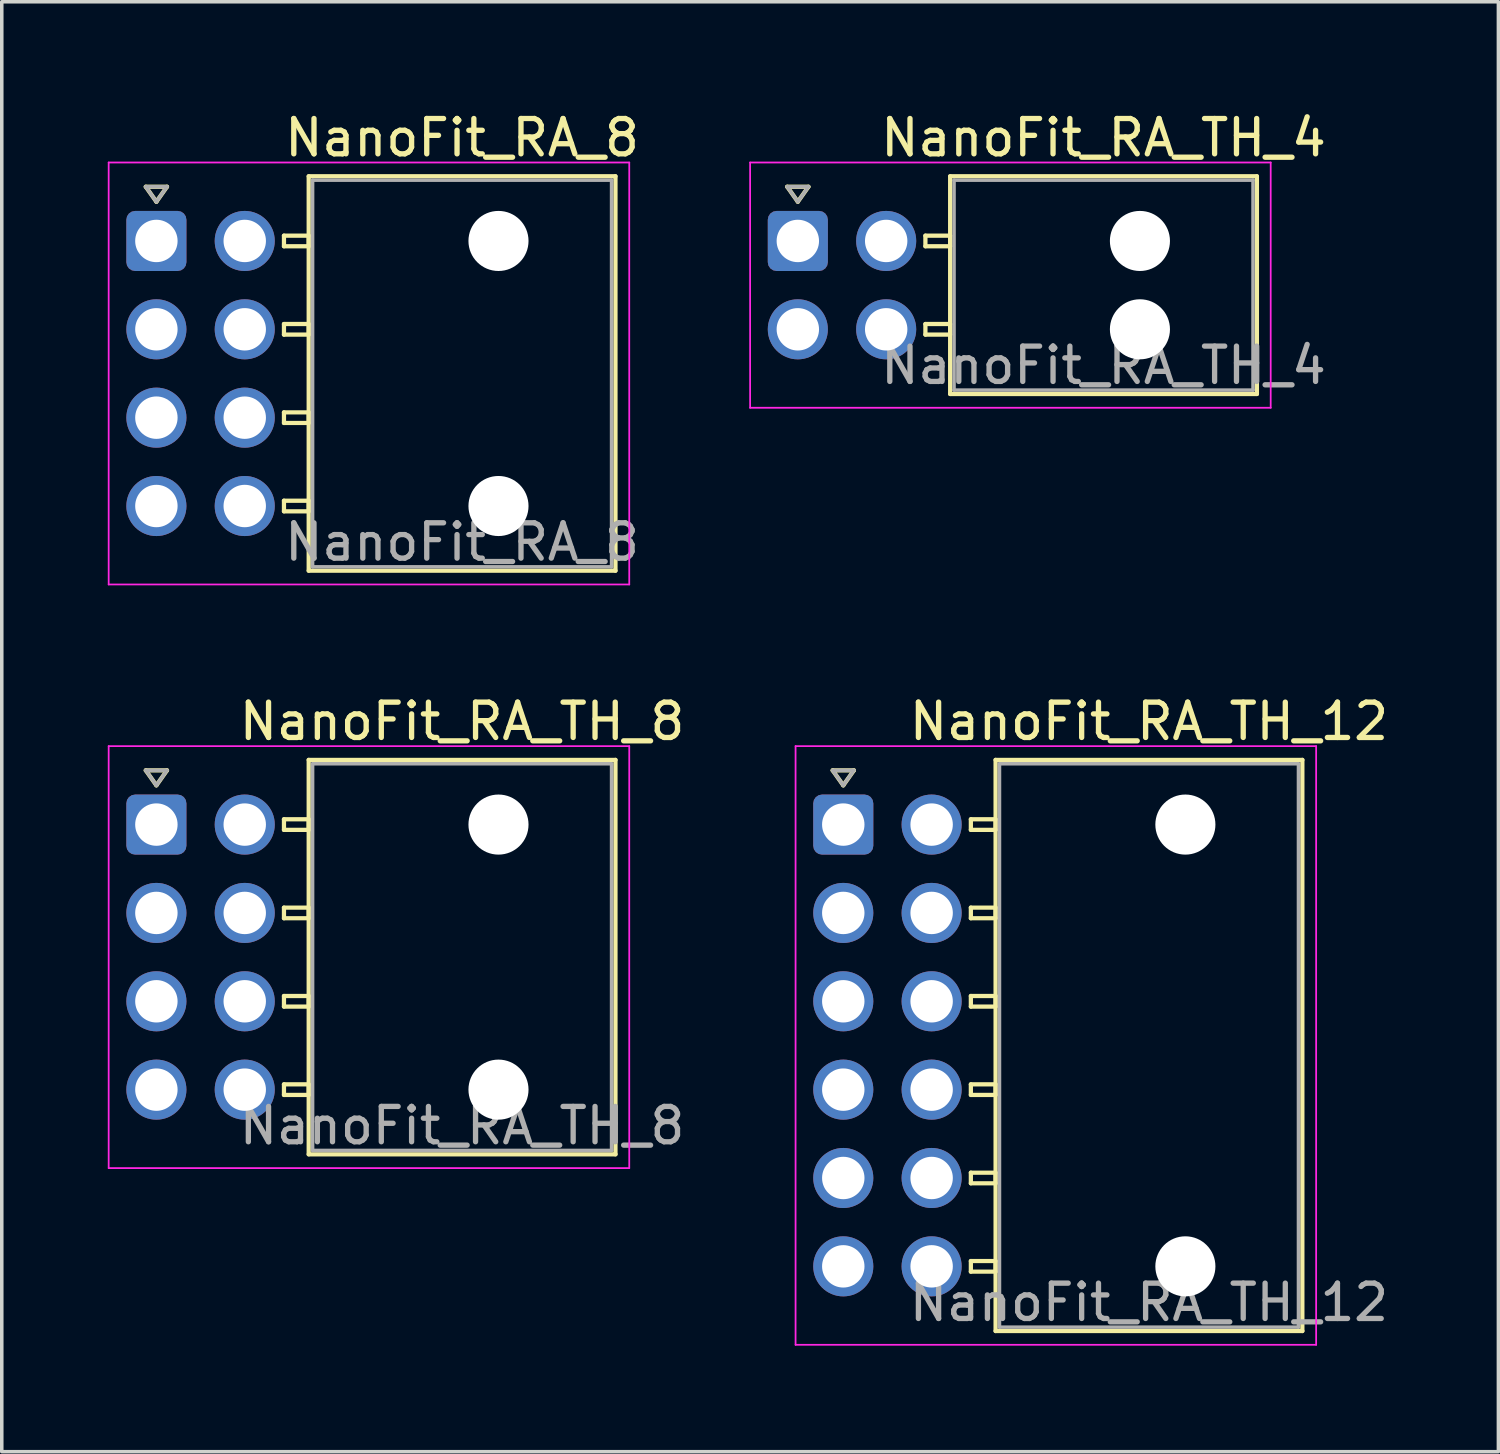
<source format=kicad_pcb>
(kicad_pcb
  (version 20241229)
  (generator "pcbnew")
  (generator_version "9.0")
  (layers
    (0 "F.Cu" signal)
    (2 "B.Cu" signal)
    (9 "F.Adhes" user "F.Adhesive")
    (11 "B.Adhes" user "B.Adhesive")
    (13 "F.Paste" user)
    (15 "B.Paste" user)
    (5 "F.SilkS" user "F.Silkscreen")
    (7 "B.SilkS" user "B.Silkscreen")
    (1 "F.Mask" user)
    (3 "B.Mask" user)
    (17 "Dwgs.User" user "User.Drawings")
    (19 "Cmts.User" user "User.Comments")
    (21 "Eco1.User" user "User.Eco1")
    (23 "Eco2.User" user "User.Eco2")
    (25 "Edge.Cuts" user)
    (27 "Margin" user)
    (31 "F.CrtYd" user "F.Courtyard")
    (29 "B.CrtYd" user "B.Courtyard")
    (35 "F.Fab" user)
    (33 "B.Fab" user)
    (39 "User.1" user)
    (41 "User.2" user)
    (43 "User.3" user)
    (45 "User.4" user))
  (footprint "NanoFit_RA_TH_8"
    (layer "F.Cu")
    (at 1.375 20.282)
    (property "Reference" "NanoFit_RA_TH_8" (at 8.65 -2.92 0) (layer "F.SilkS") (effects (font (size 1 1) (thickness 0.15))))
    (attr through_hole)
    (fp_line (start -0.3 -1.534) (end 0 -1.11) (stroke (width 0.12) (type solid)) (layer "F.SilkS"))
    (fp_line (start 0 -1.11) (end 0.3 -1.534) (stroke (width 0.12) (type solid)) (layer "F.SilkS"))
    (fp_line (start 0.3 -1.534) (end -0.3 -1.534) (stroke (width 0.12) (type solid)) (layer "F.SilkS"))
    (fp_line (start 3.61 -0.15) (end 3.61 0.15) (stroke (width 0.12) (type solid)) (layer "F.SilkS"))
    (fp_line (start 3.61 0.15) (end 4.31 0.15) (stroke (width 0.12) (type solid)) (layer "F.SilkS"))
    (fp_line (start 3.61 2.35) (end 3.61 2.65) (stroke (width 0.12) (type solid)) (layer "F.SilkS"))
    (fp_line (start 3.61 2.65) (end 4.31 2.65) (stroke (width 0.12) (type solid)) (layer "F.SilkS"))
    (fp_line (start 3.61 4.85) (end 3.61 5.15) (stroke (width 0.12) (type solid)) (layer "F.SilkS"))
    (fp_line (start 3.61 5.15) (end 4.31 5.15) (stroke (width 0.12) (type solid)) (layer "F.SilkS"))
    (fp_line (start 3.61 7.35) (end 3.61 7.65) (stroke (width 0.12) (type solid)) (layer "F.SilkS"))
    (fp_line (start 3.61 7.65) (end 4.31 7.65) (stroke (width 0.12) (type solid)) (layer "F.SilkS"))
    (fp_line (start 4.31 -1.83) (end 4.31 9.33) (stroke (width 0.12) (type solid)) (layer "F.SilkS"))
    (fp_line (start 4.31 -0.15) (end 3.61 -0.15) (stroke (width 0.12) (type solid)) (layer "F.SilkS"))
    (fp_line (start 4.31 0.15) (end 4.31 -0.15) (stroke (width 0.12) (type solid)) (layer "F.SilkS"))
    (fp_line (start 4.31 2.35) (end 3.61 2.35) (stroke (width 0.12) (type solid)) (layer "F.SilkS"))
    (fp_line (start 4.31 2.65) (end 4.31 2.35) (stroke (width 0.12) (type solid)) (layer "F.SilkS"))
    (fp_line (start 4.31 4.85) (end 3.61 4.85) (stroke (width 0.12) (type solid)) (layer "F.SilkS"))
    (fp_line (start 4.31 5.15) (end 4.31 4.85) (stroke (width 0.12) (type solid)) (layer "F.SilkS"))
    (fp_line (start 4.31 7.35) (end 3.61 7.35) (stroke (width 0.12) (type solid)) (layer "F.SilkS"))
    (fp_line (start 4.31 7.65) (end 4.31 7.35) (stroke (width 0.12) (type solid)) (layer "F.SilkS"))
    (fp_line (start 4.31 9.33) (end 12.99 9.33) (stroke (width 0.12) (type solid)) (layer "F.SilkS"))
    (fp_line (start 12.99 -1.83) (end 4.31 -1.83) (stroke (width 0.12) (type solid)) (layer "F.SilkS"))
    (fp_line (start 12.99 9.33) (end 12.99 -1.83) (stroke (width 0.12) (type solid)) (layer "F.SilkS"))
    (fp_line (start -1.35 -2.22) (end -1.35 9.72) (stroke (width 0.05) (type solid)) (layer "F.CrtYd"))
    (fp_line (start -1.35 9.72) (end 13.38 9.72) (stroke (width 0.05) (type solid)) (layer "F.CrtYd"))
    (fp_line (start 13.38 -2.22) (end -1.35 -2.22) (stroke (width 0.05) (type solid)) (layer "F.CrtYd"))
    (fp_line (start 13.38 9.72) (end 13.38 -2.22) (stroke (width 0.05) (type solid)) (layer "F.CrtYd"))
    (fp_line (start -0.3 -1.534) (end 0 -1.11) (stroke (width 0.1) (type solid)) (layer "F.Fab"))
    (fp_line (start 0 -1.11) (end 0.3 -1.534) (stroke (width 0.1) (type solid)) (layer "F.Fab"))
    (fp_line (start 0.3 -1.534) (end -0.3 -1.534) (stroke (width 0.1) (type solid)) (layer "F.Fab"))
    (fp_line (start 4.42 -1.72) (end 4.42 9.22) (stroke (width 0.1) (type solid)) (layer "F.Fab"))
    (fp_line (start 4.42 9.22) (end 12.88 9.22) (stroke (width 0.1) (type solid)) (layer "F.Fab"))
    (fp_line (start 12.88 -1.72) (end 4.42 -1.72) (stroke (width 0.1) (type solid)) (layer "F.Fab"))
    (fp_line (start 12.88 9.22) (end 12.88 -1.72) (stroke (width 0.1) (type solid)) (layer "F.Fab"))
    (fp_text user "${REFERENCE}" (at 8.65 8.52 0) (layer "F.Fab") (effects (font (size 1 1) (thickness 0.15))))
    (pad "" np_thru_hole circle (at 9.68 0) (size 1.7 1.7) (drill 1.7) (layers "*.Cu" "*.Mask"))
    (pad "" np_thru_hole circle (at 9.68 7.5) (size 1.7 1.7) (drill 1.7) (layers "*.Cu" "*.Mask"))
    (pad "1" thru_hole roundrect (at 0 0) (size 1.7 1.7) (drill 1.2) (layers "*.Cu" "*.Mask") (roundrect_rratio 0.147))
    (pad "2" thru_hole circle (at 0 2.5) (size 1.7 1.7) (drill 1.2) (layers "*.Cu" "*.Mask"))
    (pad "3" thru_hole circle (at 0 5) (size 1.7 1.7) (drill 1.2) (layers "*.Cu" "*.Mask"))
    (pad "4" thru_hole circle (at 0 7.5) (size 1.7 1.7) (drill 1.2) (layers "*.Cu" "*.Mask"))
    (pad "5" thru_hole circle (at 2.5 0) (size 1.7 1.7) (drill 1.2) (layers "*.Cu" "*.Mask"))
    (pad "6" thru_hole circle (at 2.5 2.5) (size 1.7 1.7) (drill 1.2) (layers "*.Cu" "*.Mask"))
    (pad "7" thru_hole circle (at 2.5 5) (size 1.7 1.7) (drill 1.2) (layers "*.Cu" "*.Mask"))
    (pad "8" thru_hole circle (at 2.5 7.5) (size 1.7 1.7) (drill 1.2) (layers "*.Cu" "*.Mask")))
  (footprint "NanoFit_RA_TH_12"
    (layer "F.Cu")
    (at 20.811 20.282)
    (property "Reference" "NanoFit_RA_TH_12" (at 8.65 -2.92 0) (layer "F.SilkS") (effects (font (size 1 1) (thickness 0.15))))
    (attr through_hole)
    (fp_line (start -0.3 -1.534) (end 0 -1.11) (stroke (width 0.12) (type solid)) (layer "F.SilkS"))
    (fp_line (start 0 -1.11) (end 0.3 -1.534) (stroke (width 0.12) (type solid)) (layer "F.SilkS"))
    (fp_line (start 0.3 -1.534) (end -0.3 -1.534) (stroke (width 0.12) (type solid)) (layer "F.SilkS"))
    (fp_line (start 3.61 -0.15) (end 3.61 0.15) (stroke (width 0.12) (type solid)) (layer "F.SilkS"))
    (fp_line (start 3.61 0.15) (end 4.31 0.15) (stroke (width 0.12) (type solid)) (layer "F.SilkS"))
    (fp_line (start 3.61 2.35) (end 3.61 2.65) (stroke (width 0.12) (type solid)) (layer "F.SilkS"))
    (fp_line (start 3.61 2.65) (end 4.31 2.65) (stroke (width 0.12) (type solid)) (layer "F.SilkS"))
    (fp_line (start 3.61 4.85) (end 3.61 5.15) (stroke (width 0.12) (type solid)) (layer "F.SilkS"))
    (fp_line (start 3.61 5.15) (end 4.31 5.15) (stroke (width 0.12) (type solid)) (layer "F.SilkS"))
    (fp_line (start 3.61 7.35) (end 3.61 7.65) (stroke (width 0.12) (type solid)) (layer "F.SilkS"))
    (fp_line (start 3.61 7.65) (end 4.31 7.65) (stroke (width 0.12) (type solid)) (layer "F.SilkS"))
    (fp_line (start 3.61 9.85) (end 3.61 10.15) (stroke (width 0.12) (type solid)) (layer "F.SilkS"))
    (fp_line (start 3.61 10.15) (end 4.31 10.15) (stroke (width 0.12) (type solid)) (layer "F.SilkS"))
    (fp_line (start 3.61 12.35) (end 3.61 12.65) (stroke (width 0.12) (type solid)) (layer "F.SilkS"))
    (fp_line (start 3.61 12.65) (end 4.31 12.65) (stroke (width 0.12) (type solid)) (layer "F.SilkS"))
    (fp_line (start 4.31 -1.83) (end 4.31 14.33) (stroke (width 0.12) (type solid)) (layer "F.SilkS"))
    (fp_line (start 4.31 -0.15) (end 3.61 -0.15) (stroke (width 0.12) (type solid)) (layer "F.SilkS"))
    (fp_line (start 4.31 0.15) (end 4.31 -0.15) (stroke (width 0.12) (type solid)) (layer "F.SilkS"))
    (fp_line (start 4.31 2.35) (end 3.61 2.35) (stroke (width 0.12) (type solid)) (layer "F.SilkS"))
    (fp_line (start 4.31 2.65) (end 4.31 2.35) (stroke (width 0.12) (type solid)) (layer "F.SilkS"))
    (fp_line (start 4.31 4.85) (end 3.61 4.85) (stroke (width 0.12) (type solid)) (layer "F.SilkS"))
    (fp_line (start 4.31 5.15) (end 4.31 4.85) (stroke (width 0.12) (type solid)) (layer "F.SilkS"))
    (fp_line (start 4.31 7.35) (end 3.61 7.35) (stroke (width 0.12) (type solid)) (layer "F.SilkS"))
    (fp_line (start 4.31 7.65) (end 4.31 7.35) (stroke (width 0.12) (type solid)) (layer "F.SilkS"))
    (fp_line (start 4.31 9.85) (end 3.61 9.85) (stroke (width 0.12) (type solid)) (layer "F.SilkS"))
    (fp_line (start 4.31 10.15) (end 4.31 9.85) (stroke (width 0.12) (type solid)) (layer "F.SilkS"))
    (fp_line (start 4.31 12.35) (end 3.61 12.35) (stroke (width 0.12) (type solid)) (layer "F.SilkS"))
    (fp_line (start 4.31 12.65) (end 4.31 12.35) (stroke (width 0.12) (type solid)) (layer "F.SilkS"))
    (fp_line (start 4.31 14.33) (end 12.99 14.33) (stroke (width 0.12) (type solid)) (layer "F.SilkS"))
    (fp_line (start 12.99 -1.83) (end 4.31 -1.83) (stroke (width 0.12) (type solid)) (layer "F.SilkS"))
    (fp_line (start 12.99 14.33) (end 12.99 -1.83) (stroke (width 0.12) (type solid)) (layer "F.SilkS"))
    (fp_line (start -1.35 -2.22) (end -1.35 14.72) (stroke (width 0.05) (type solid)) (layer "F.CrtYd"))
    (fp_line (start -1.35 14.72) (end 13.38 14.72) (stroke (width 0.05) (type solid)) (layer "F.CrtYd"))
    (fp_line (start 13.38 -2.22) (end -1.35 -2.22) (stroke (width 0.05) (type solid)) (layer "F.CrtYd"))
    (fp_line (start 13.38 14.72) (end 13.38 -2.22) (stroke (width 0.05) (type solid)) (layer "F.CrtYd"))
    (fp_line (start -0.3 -1.534) (end 0 -1.11) (stroke (width 0.1) (type solid)) (layer "F.Fab"))
    (fp_line (start 0 -1.11) (end 0.3 -1.534) (stroke (width 0.1) (type solid)) (layer "F.Fab"))
    (fp_line (start 0.3 -1.534) (end -0.3 -1.534) (stroke (width 0.1) (type solid)) (layer "F.Fab"))
    (fp_line (start 4.42 -1.72) (end 4.42 14.22) (stroke (width 0.1) (type solid)) (layer "F.Fab"))
    (fp_line (start 4.42 14.22) (end 12.88 14.22) (stroke (width 0.1) (type solid)) (layer "F.Fab"))
    (fp_line (start 12.88 -1.72) (end 4.42 -1.72) (stroke (width 0.1) (type solid)) (layer "F.Fab"))
    (fp_line (start 12.88 14.22) (end 12.88 -1.72) (stroke (width 0.1) (type solid)) (layer "F.Fab"))
    (fp_text user "${REFERENCE}" (at 8.65 13.52 0) (layer "F.Fab") (effects (font (size 1 1) (thickness 0.15))))
    (pad "" np_thru_hole circle (at 9.68 0) (size 1.7 1.7) (drill 1.7) (layers "*.Cu" "*.Mask"))
    (pad "" np_thru_hole circle (at 9.68 12.5) (size 1.7 1.7) (drill 1.7) (layers "*.Cu" "*.Mask"))
    (pad "1" thru_hole roundrect (at 0 0) (size 1.7 1.7) (drill 1.2) (layers "*.Cu" "*.Mask") (roundrect_rratio 0.147))
    (pad "2" thru_hole circle (at 0 2.5) (size 1.7 1.7) (drill 1.2) (layers "*.Cu" "*.Mask"))
    (pad "3" thru_hole circle (at 0 5) (size 1.7 1.7) (drill 1.2) (layers "*.Cu" "*.Mask"))
    (pad "4" thru_hole circle (at 0 7.5) (size 1.7 1.7) (drill 1.2) (layers "*.Cu" "*.Mask"))
    (pad "5" thru_hole circle (at 0 10) (size 1.7 1.7) (drill 1.2) (layers "*.Cu" "*.Mask"))
    (pad "6" thru_hole circle (at 0 12.5) (size 1.7 1.7) (drill 1.2) (layers "*.Cu" "*.Mask"))
    (pad "7" thru_hole circle (at 2.5 0) (size 1.7 1.7) (drill 1.2) (layers "*.Cu" "*.Mask"))
    (pad "8" thru_hole circle (at 2.5 2.5) (size 1.7 1.7) (drill 1.2) (layers "*.Cu" "*.Mask"))
    (pad "9" thru_hole circle (at 2.5 5) (size 1.7 1.7) (drill 1.2) (layers "*.Cu" "*.Mask"))
    (pad "10" thru_hole circle (at 2.5 7.5) (size 1.7 1.7) (drill 1.2) (layers "*.Cu" "*.Mask"))
    (pad "11" thru_hole circle (at 2.5 10) (size 1.7 1.7) (drill 1.2) (layers "*.Cu" "*.Mask"))
    (pad "12" thru_hole circle (at 2.5 12.5) (size 1.7 1.7) (drill 1.2) (layers "*.Cu" "*.Mask")))
  (footprint "NanoFit_RA_TH_4"
    (layer "F.Cu")
    (at 19.525 3.768)
    (property "Reference" "NanoFit_RA_TH_4" (at 8.65 -2.92 0) (layer "F.SilkS") (effects (font (size 1 1) (thickness 0.15))))
    (attr through_hole)
    (fp_line (start -0.3 -1.534) (end 0 -1.11) (stroke (width 0.12) (type solid)) (layer "F.SilkS"))
    (fp_line (start 0 -1.11) (end 0.3 -1.534) (stroke (width 0.12) (type solid)) (layer "F.SilkS"))
    (fp_line (start 0.3 -1.534) (end -0.3 -1.534) (stroke (width 0.12) (type solid)) (layer "F.SilkS"))
    (fp_line (start 3.61 -0.15) (end 3.61 0.15) (stroke (width 0.12) (type solid)) (layer "F.SilkS"))
    (fp_line (start 3.61 0.15) (end 4.31 0.15) (stroke (width 0.12) (type solid)) (layer "F.SilkS"))
    (fp_line (start 3.61 2.35) (end 3.61 2.65) (stroke (width 0.12) (type solid)) (layer "F.SilkS"))
    (fp_line (start 3.61 2.65) (end 4.31 2.65) (stroke (width 0.12) (type solid)) (layer "F.SilkS"))
    (fp_line (start 4.31 -1.83) (end 4.31 4.33) (stroke (width 0.12) (type solid)) (layer "F.SilkS"))
    (fp_line (start 4.31 -0.15) (end 3.61 -0.15) (stroke (width 0.12) (type solid)) (layer "F.SilkS"))
    (fp_line (start 4.31 0.15) (end 4.31 -0.15) (stroke (width 0.12) (type solid)) (layer "F.SilkS"))
    (fp_line (start 4.31 2.35) (end 3.61 2.35) (stroke (width 0.12) (type solid)) (layer "F.SilkS"))
    (fp_line (start 4.31 2.65) (end 4.31 2.35) (stroke (width 0.12) (type solid)) (layer "F.SilkS"))
    (fp_line (start 4.31 4.33) (end 12.99 4.33) (stroke (width 0.12) (type solid)) (layer "F.SilkS"))
    (fp_line (start 12.99 -1.83) (end 4.31 -1.83) (stroke (width 0.12) (type solid)) (layer "F.SilkS"))
    (fp_line (start 12.99 4.33) (end 12.99 -1.83) (stroke (width 0.12) (type solid)) (layer "F.SilkS"))
    (fp_line (start -1.35 -2.22) (end -1.35 4.72) (stroke (width 0.05) (type solid)) (layer "F.CrtYd"))
    (fp_line (start -1.35 4.72) (end 13.38 4.72) (stroke (width 0.05) (type solid)) (layer "F.CrtYd"))
    (fp_line (start 13.38 -2.22) (end -1.35 -2.22) (stroke (width 0.05) (type solid)) (layer "F.CrtYd"))
    (fp_line (start 13.38 4.72) (end 13.38 -2.22) (stroke (width 0.05) (type solid)) (layer "F.CrtYd"))
    (fp_line (start -0.3 -1.534) (end 0 -1.11) (stroke (width 0.1) (type solid)) (layer "F.Fab"))
    (fp_line (start 0 -1.11) (end 0.3 -1.534) (stroke (width 0.1) (type solid)) (layer "F.Fab"))
    (fp_line (start 0.3 -1.534) (end -0.3 -1.534) (stroke (width 0.1) (type solid)) (layer "F.Fab"))
    (fp_line (start 4.42 -1.72) (end 4.42 4.22) (stroke (width 0.1) (type solid)) (layer "F.Fab"))
    (fp_line (start 4.42 4.22) (end 12.88 4.22) (stroke (width 0.1) (type solid)) (layer "F.Fab"))
    (fp_line (start 12.88 -1.72) (end 4.42 -1.72) (stroke (width 0.1) (type solid)) (layer "F.Fab"))
    (fp_line (start 12.88 4.22) (end 12.88 -1.72) (stroke (width 0.1) (type solid)) (layer "F.Fab"))
    (fp_text user "${REFERENCE}" (at 8.65 3.52 0) (layer "F.Fab") (effects (font (size 1 1) (thickness 0.15))))
    (pad "" np_thru_hole circle (at 9.68 0) (size 1.7 1.7) (drill 1.7) (layers "*.Cu" "*.Mask"))
    (pad "" np_thru_hole circle (at 9.68 2.5) (size 1.7 1.7) (drill 1.7) (layers "*.Cu" "*.Mask"))
    (pad "1" thru_hole roundrect (at 0 0) (size 1.7 1.7) (drill 1.2) (layers "*.Cu" "*.Mask") (roundrect_rratio 0.147))
    (pad "2" thru_hole circle (at 0 2.5) (size 1.7 1.7) (drill 1.2) (layers "*.Cu" "*.Mask"))
    (pad "3" thru_hole circle (at 2.5 0) (size 1.7 1.7) (drill 1.2) (layers "*.Cu" "*.Mask"))
    (pad "4" thru_hole circle (at 2.5 2.5) (size 1.7 1.7) (drill 1.2) (layers "*.Cu" "*.Mask")))
  (footprint "NanoFit_RA_8"
    (layer "F.Cu")
    (at 1.375 3.768)
    (property "Reference" "NanoFit_RA_8" (at 8.65 -2.92 0) (layer "F.SilkS") (effects (font (size 1 1) (thickness 0.15))))
    (attr through_hole)
    (fp_line (start -0.3 -1.534) (end 0 -1.11) (stroke (width 0.12) (type solid)) (layer "F.SilkS"))
    (fp_line (start 0 -1.11) (end 0.3 -1.534) (stroke (width 0.12) (type solid)) (layer "F.SilkS"))
    (fp_line (start 0.3 -1.534) (end -0.3 -1.534) (stroke (width 0.12) (type solid)) (layer "F.SilkS"))
    (fp_line (start 3.61 -0.15) (end 3.61 0.15) (stroke (width 0.12) (type solid)) (layer "F.SilkS"))
    (fp_line (start 3.61 0.15) (end 4.31 0.15) (stroke (width 0.12) (type solid)) (layer "F.SilkS"))
    (fp_line (start 3.61 2.35) (end 3.61 2.65) (stroke (width 0.12) (type solid)) (layer "F.SilkS"))
    (fp_line (start 3.61 2.65) (end 4.31 2.65) (stroke (width 0.12) (type solid)) (layer "F.SilkS"))
    (fp_line (start 3.61 4.85) (end 3.61 5.15) (stroke (width 0.12) (type solid)) (layer "F.SilkS"))
    (fp_line (start 3.61 5.15) (end 4.31 5.15) (stroke (width 0.12) (type solid)) (layer "F.SilkS"))
    (fp_line (start 3.61 7.35) (end 3.61 7.65) (stroke (width 0.12) (type solid)) (layer "F.SilkS"))
    (fp_line (start 3.61 7.65) (end 4.31 7.65) (stroke (width 0.12) (type solid)) (layer "F.SilkS"))
    (fp_line (start 4.31 -1.83) (end 4.31 9.33) (stroke (width 0.12) (type solid)) (layer "F.SilkS"))
    (fp_line (start 4.31 -0.15) (end 3.61 -0.15) (stroke (width 0.12) (type solid)) (layer "F.SilkS"))
    (fp_line (start 4.31 0.15) (end 4.31 -0.15) (stroke (width 0.12) (type solid)) (layer "F.SilkS"))
    (fp_line (start 4.31 2.35) (end 3.61 2.35) (stroke (width 0.12) (type solid)) (layer "F.SilkS"))
    (fp_line (start 4.31 2.65) (end 4.31 2.35) (stroke (width 0.12) (type solid)) (layer "F.SilkS"))
    (fp_line (start 4.31 4.85) (end 3.61 4.85) (stroke (width 0.12) (type solid)) (layer "F.SilkS"))
    (fp_line (start 4.31 5.15) (end 4.31 4.85) (stroke (width 0.12) (type solid)) (layer "F.SilkS"))
    (fp_line (start 4.31 7.35) (end 3.61 7.35) (stroke (width 0.12) (type solid)) (layer "F.SilkS"))
    (fp_line (start 4.31 7.65) (end 4.31 7.35) (stroke (width 0.12) (type solid)) (layer "F.SilkS"))
    (fp_line (start 4.31 9.33) (end 12.99 9.33) (stroke (width 0.12) (type solid)) (layer "F.SilkS"))
    (fp_line (start 12.99 -1.83) (end 4.31 -1.83) (stroke (width 0.12) (type solid)) (layer "F.SilkS"))
    (fp_line (start 12.99 9.33) (end 12.99 -1.83) (stroke (width 0.12) (type solid)) (layer "F.SilkS"))
    (fp_line (start -1.35 -2.22) (end -1.35 9.72) (stroke (width 0.05) (type solid)) (layer "F.CrtYd"))
    (fp_line (start -1.35 9.72) (end 13.38 9.72) (stroke (width 0.05) (type solid)) (layer "F.CrtYd"))
    (fp_line (start 13.38 -2.22) (end -1.35 -2.22) (stroke (width 0.05) (type solid)) (layer "F.CrtYd"))
    (fp_line (start 13.38 9.72) (end 13.38 -2.22) (stroke (width 0.05) (type solid)) (layer "F.CrtYd"))
    (fp_line (start -0.3 -1.534) (end 0 -1.11) (stroke (width 0.1) (type solid)) (layer "F.Fab"))
    (fp_line (start 0 -1.11) (end 0.3 -1.534) (stroke (width 0.1) (type solid)) (layer "F.Fab"))
    (fp_line (start 0.3 -1.534) (end -0.3 -1.534) (stroke (width 0.1) (type solid)) (layer "F.Fab"))
    (fp_line (start 4.42 -1.72) (end 4.42 9.22) (stroke (width 0.1) (type solid)) (layer "F.Fab"))
    (fp_line (start 4.42 9.22) (end 12.88 9.22) (stroke (width 0.1) (type solid)) (layer "F.Fab"))
    (fp_line (start 12.88 -1.72) (end 4.42 -1.72) (stroke (width 0.1) (type solid)) (layer "F.Fab"))
    (fp_line (start 12.88 9.22) (end 12.88 -1.72) (stroke (width 0.1) (type solid)) (layer "F.Fab"))
    (fp_text user "${REFERENCE}" (at 8.65 8.52 0) (layer "F.Fab") (effects (font (size 1 1) (thickness 0.15))))
    (pad "" np_thru_hole circle (at 9.68 0) (size 1.7 1.7) (drill 1.7) (layers "*.Cu" "*.Mask"))
    (pad "" np_thru_hole circle (at 9.68 7.5) (size 1.7 1.7) (drill 1.7) (layers "*.Cu" "*.Mask"))
    (pad "1" thru_hole roundrect (at 0 0) (size 1.7 1.7) (drill 1.2) (layers "*.Cu" "*.Mask") (roundrect_rratio 0.147))
    (pad "2" thru_hole circle (at 0 2.5) (size 1.7 1.7) (drill 1.2) (layers "*.Cu" "*.Mask"))
    (pad "3" thru_hole circle (at 0 5) (size 1.7 1.7) (drill 1.2) (layers "*.Cu" "*.Mask"))
    (pad "4" thru_hole circle (at 0 7.5) (size 1.7 1.7) (drill 1.2) (layers "*.Cu" "*.Mask"))
    (pad "5" thru_hole circle (at 2.5 0) (size 1.7 1.7) (drill 1.2) (layers "*.Cu" "*.Mask"))
    (pad "6" thru_hole circle (at 2.5 2.5) (size 1.7 1.7) (drill 1.2) (layers "*.Cu" "*.Mask"))
    (pad "7" thru_hole circle (at 2.5 5) (size 1.7 1.7) (drill 1.2) (layers "*.Cu" "*.Mask"))
    (pad "8" thru_hole circle (at 2.5 7.5) (size 1.7 1.7) (drill 1.2) (layers "*.Cu" "*.Mask")))
  (gr_rect
    (start -3 -3)
    (end 39.348 38.026)
    (stroke (width 0.1) (type default))
    (fill no)
    (layer "Edge.Cuts")))
</source>
